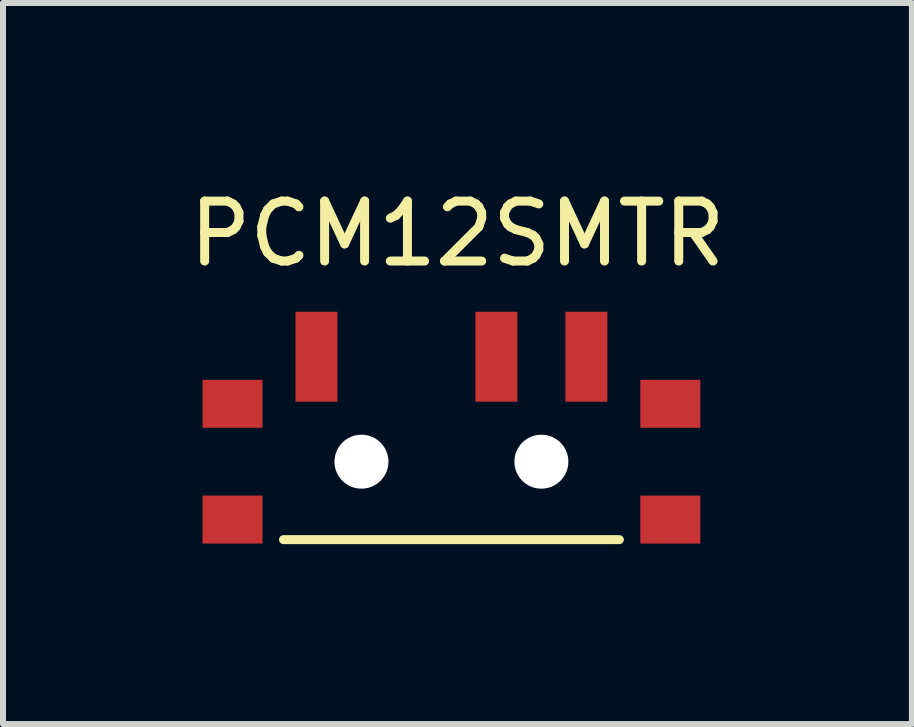
<source format=kicad_pcb>
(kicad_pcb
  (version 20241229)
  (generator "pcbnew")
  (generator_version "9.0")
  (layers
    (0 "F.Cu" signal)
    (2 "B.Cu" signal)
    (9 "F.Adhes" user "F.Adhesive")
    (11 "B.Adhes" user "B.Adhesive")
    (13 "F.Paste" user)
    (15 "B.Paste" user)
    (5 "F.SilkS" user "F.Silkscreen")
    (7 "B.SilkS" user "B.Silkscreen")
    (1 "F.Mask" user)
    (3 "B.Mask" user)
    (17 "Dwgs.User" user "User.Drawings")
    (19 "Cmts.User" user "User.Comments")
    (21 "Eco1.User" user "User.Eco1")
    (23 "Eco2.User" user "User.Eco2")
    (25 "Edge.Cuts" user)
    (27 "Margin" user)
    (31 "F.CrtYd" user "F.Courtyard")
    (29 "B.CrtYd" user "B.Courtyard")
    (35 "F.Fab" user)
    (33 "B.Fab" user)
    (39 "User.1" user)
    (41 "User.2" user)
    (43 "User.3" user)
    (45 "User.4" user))
  (footprint "PCM12SMTR"
    (layer "F.Cu")
    (at 4.477 4.648)
    (property "Reference" "PCM12SMTR" (at 0.1 -3.8 0) (layer "F.SilkS") (effects (font (size 1 1) (thickness 0.15))))
    (attr through_hole)
    (fp_line (start 2.8 1.3) (end -2.8 1.3) (stroke (width 0.15) (type solid)) (layer "F.SilkS"))
    (pad "" smd rect (at -3.65 -0.965) (size 1 0.8) (layers "F.Cu" "F.Mask" "F.Paste"))
    (pad "" smd rect (at -3.65 0.965) (size 1 0.8) (layers "F.Cu" "F.Mask" "F.Paste"))
    (pad "" np_thru_hole circle (at -1.5 0) (size 0.9 0.9) (drill 0.9) (layers "*.Cu" "*.Mask"))
    (pad "" np_thru_hole circle (at 1.5 0) (size 0.9 0.9) (drill 0.9) (layers "*.Cu" "*.Mask"))
    (pad "" smd rect (at 3.65 -0.965) (size 1 0.8) (layers "F.Cu" "F.Mask" "F.Paste"))
    (pad "" smd rect (at 3.65 0.965) (size 1 0.8) (layers "F.Cu" "F.Mask" "F.Paste"))
    (pad "1" smd rect (at -2.25 -1.75) (size 0.7 1.5) (layers "F.Cu" "F.Mask" "F.Paste"))
    (pad "2" smd rect (at 0.75 -1.75) (size 0.7 1.5) (layers "F.Cu" "F.Mask" "F.Paste"))
    (pad "3" smd rect (at 2.25 -1.75) (size 0.7 1.5) (layers "F.Cu" "F.Mask" "F.Paste")))
  (gr_rect
    (start -3 -3)
    (end 12.155 9.023)
    (stroke (width 0.1) (type default))
    (fill no)
    (layer "Edge.Cuts")))
</source>
